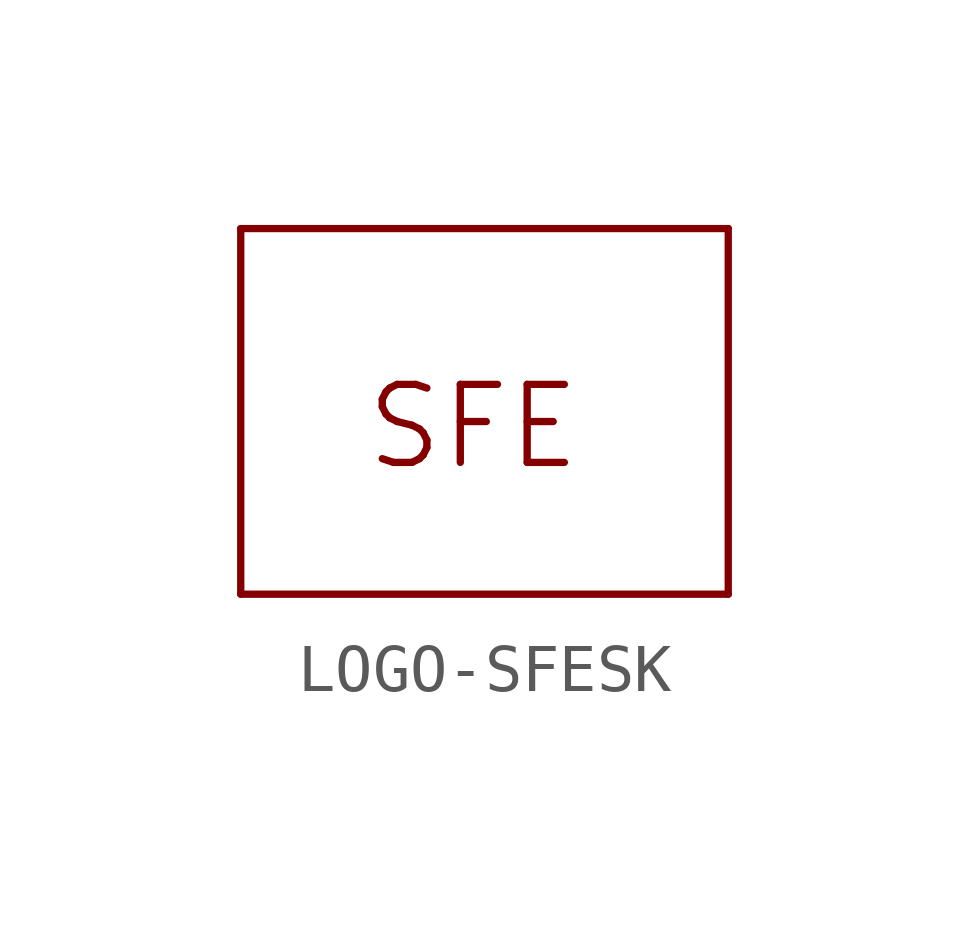
<source format=kicad_sym>
(kicad_symbol_lib
  (version 20211014)
  (generator kicad_symbol_editor)
  (symbol "LOGO-SFESK"
    (pin_names
      (offset 1.016))
    (property "Reference" "LOGO"
      (at 0 0 0)
      (effects (font (size 1.27 1.27)) hide))
    (property "ki_locked" ""
      (at 0 0 0)
      (effects (font (size 1.27 1.27))))
    (symbol "LOGO-SFESK_1_0"
      (polyline (pts (xy -2.54 -2.54) (xy 7.62 -2.54)) (stroke (width 0) (type default) (color 0 0 0 0)) (fill (type none)))
      (polyline (pts (xy -2.54 5.08) (xy -2.54 -2.54)) (stroke (width 0) (type default) (color 0 0 0 0)) (fill (type none)))
      (polyline (pts (xy 7.62 -2.54) (xy 7.62 5.08)) (stroke (width 0) (type default) (color 0 0 0 0)) (fill (type none)))
      (polyline (pts (xy 7.62 5.08) (xy -2.54 5.08)) (stroke (width 0) (type default) (color 0 0 0 0)) (fill (type none)))
      (text "SFE" (at 0 0 0) (effects (font (size 1.626 1.626)) (justify left bottom))))))
</source>
